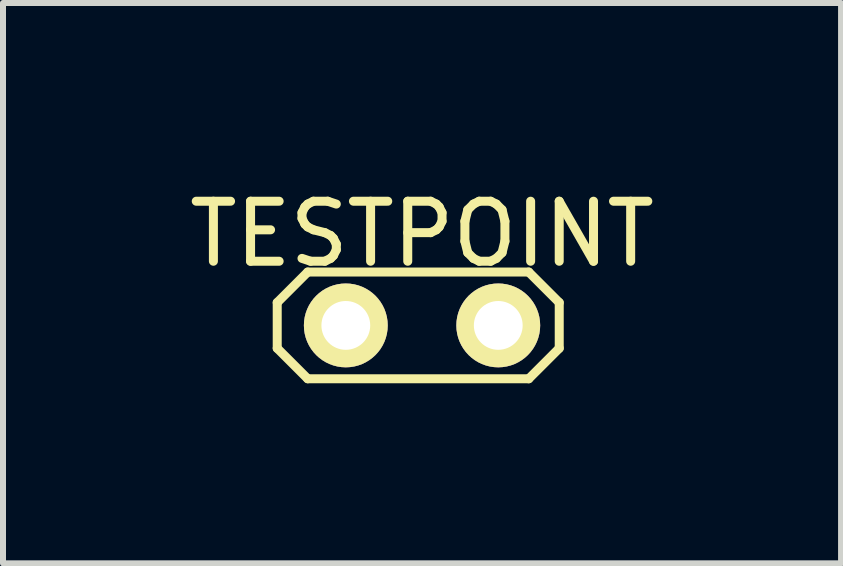
<source format=kicad_pcb>
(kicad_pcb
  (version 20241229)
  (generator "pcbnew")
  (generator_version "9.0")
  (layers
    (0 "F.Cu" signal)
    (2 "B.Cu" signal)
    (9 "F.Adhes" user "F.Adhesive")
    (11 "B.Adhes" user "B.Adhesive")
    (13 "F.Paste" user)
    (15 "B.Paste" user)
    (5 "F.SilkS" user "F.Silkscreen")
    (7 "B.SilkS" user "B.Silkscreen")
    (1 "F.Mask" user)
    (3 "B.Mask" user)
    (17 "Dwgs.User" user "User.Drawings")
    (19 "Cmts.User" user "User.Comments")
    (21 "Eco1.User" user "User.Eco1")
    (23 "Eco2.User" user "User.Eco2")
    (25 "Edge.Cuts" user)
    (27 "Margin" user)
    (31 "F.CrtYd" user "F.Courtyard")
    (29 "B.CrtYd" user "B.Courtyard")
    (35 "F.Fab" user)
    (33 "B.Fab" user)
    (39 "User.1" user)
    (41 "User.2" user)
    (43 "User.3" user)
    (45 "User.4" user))
  (footprint "TESTPOINT"
    (layer "F.Cu")
    (at 3.982 2.372)
    (property "Reference" "TESTPOINT" (at 0 -1.524 0) (layer "F.SilkS") (effects (font (size 1 1) (thickness 0.15))))
    (attr through_hole)
    (fp_line (start -2.413 -0.381) (end -1.905 -0.889) (stroke (width 0.15) (type solid)) (layer "F.SilkS"))
    (fp_line (start -2.413 0.381) (end -2.413 -0.381) (stroke (width 0.15) (type solid)) (layer "F.SilkS"))
    (fp_line (start -1.905 -0.889) (end 1.778 -0.889) (stroke (width 0.15) (type solid)) (layer "F.SilkS"))
    (fp_line (start -1.905 0.889) (end -2.413 0.381) (stroke (width 0.15) (type solid)) (layer "F.SilkS"))
    (fp_line (start 1.778 -0.889) (end 2.286 -0.381) (stroke (width 0.15) (type solid)) (layer "F.SilkS"))
    (fp_line (start 1.778 0.889) (end -1.905 0.889) (stroke (width 0.15) (type solid)) (layer "F.SilkS"))
    (fp_line (start 2.286 -0.381) (end 2.286 0.381) (stroke (width 0.15) (type solid)) (layer "F.SilkS"))
    (fp_line (start 2.286 0.381) (end 1.778 0.889) (stroke (width 0.15) (type solid)) (layer "F.SilkS"))
    (pad "1" thru_hole circle (at -1.27 0) (size 1.397 1.397) (drill 0.813) (layers "*.Cu" "*.Mask" "F.SilkS"))
    (pad "1" thru_hole circle (at 1.27 0) (size 1.397 1.397) (drill 0.813) (layers "*.Cu" "*.Mask" "F.SilkS")))
  (gr_rect
    (start -3 -3)
    (end 10.964 6.336)
    (stroke (width 0.1) (type default))
    (fill no)
    (layer "Edge.Cuts")))
</source>
